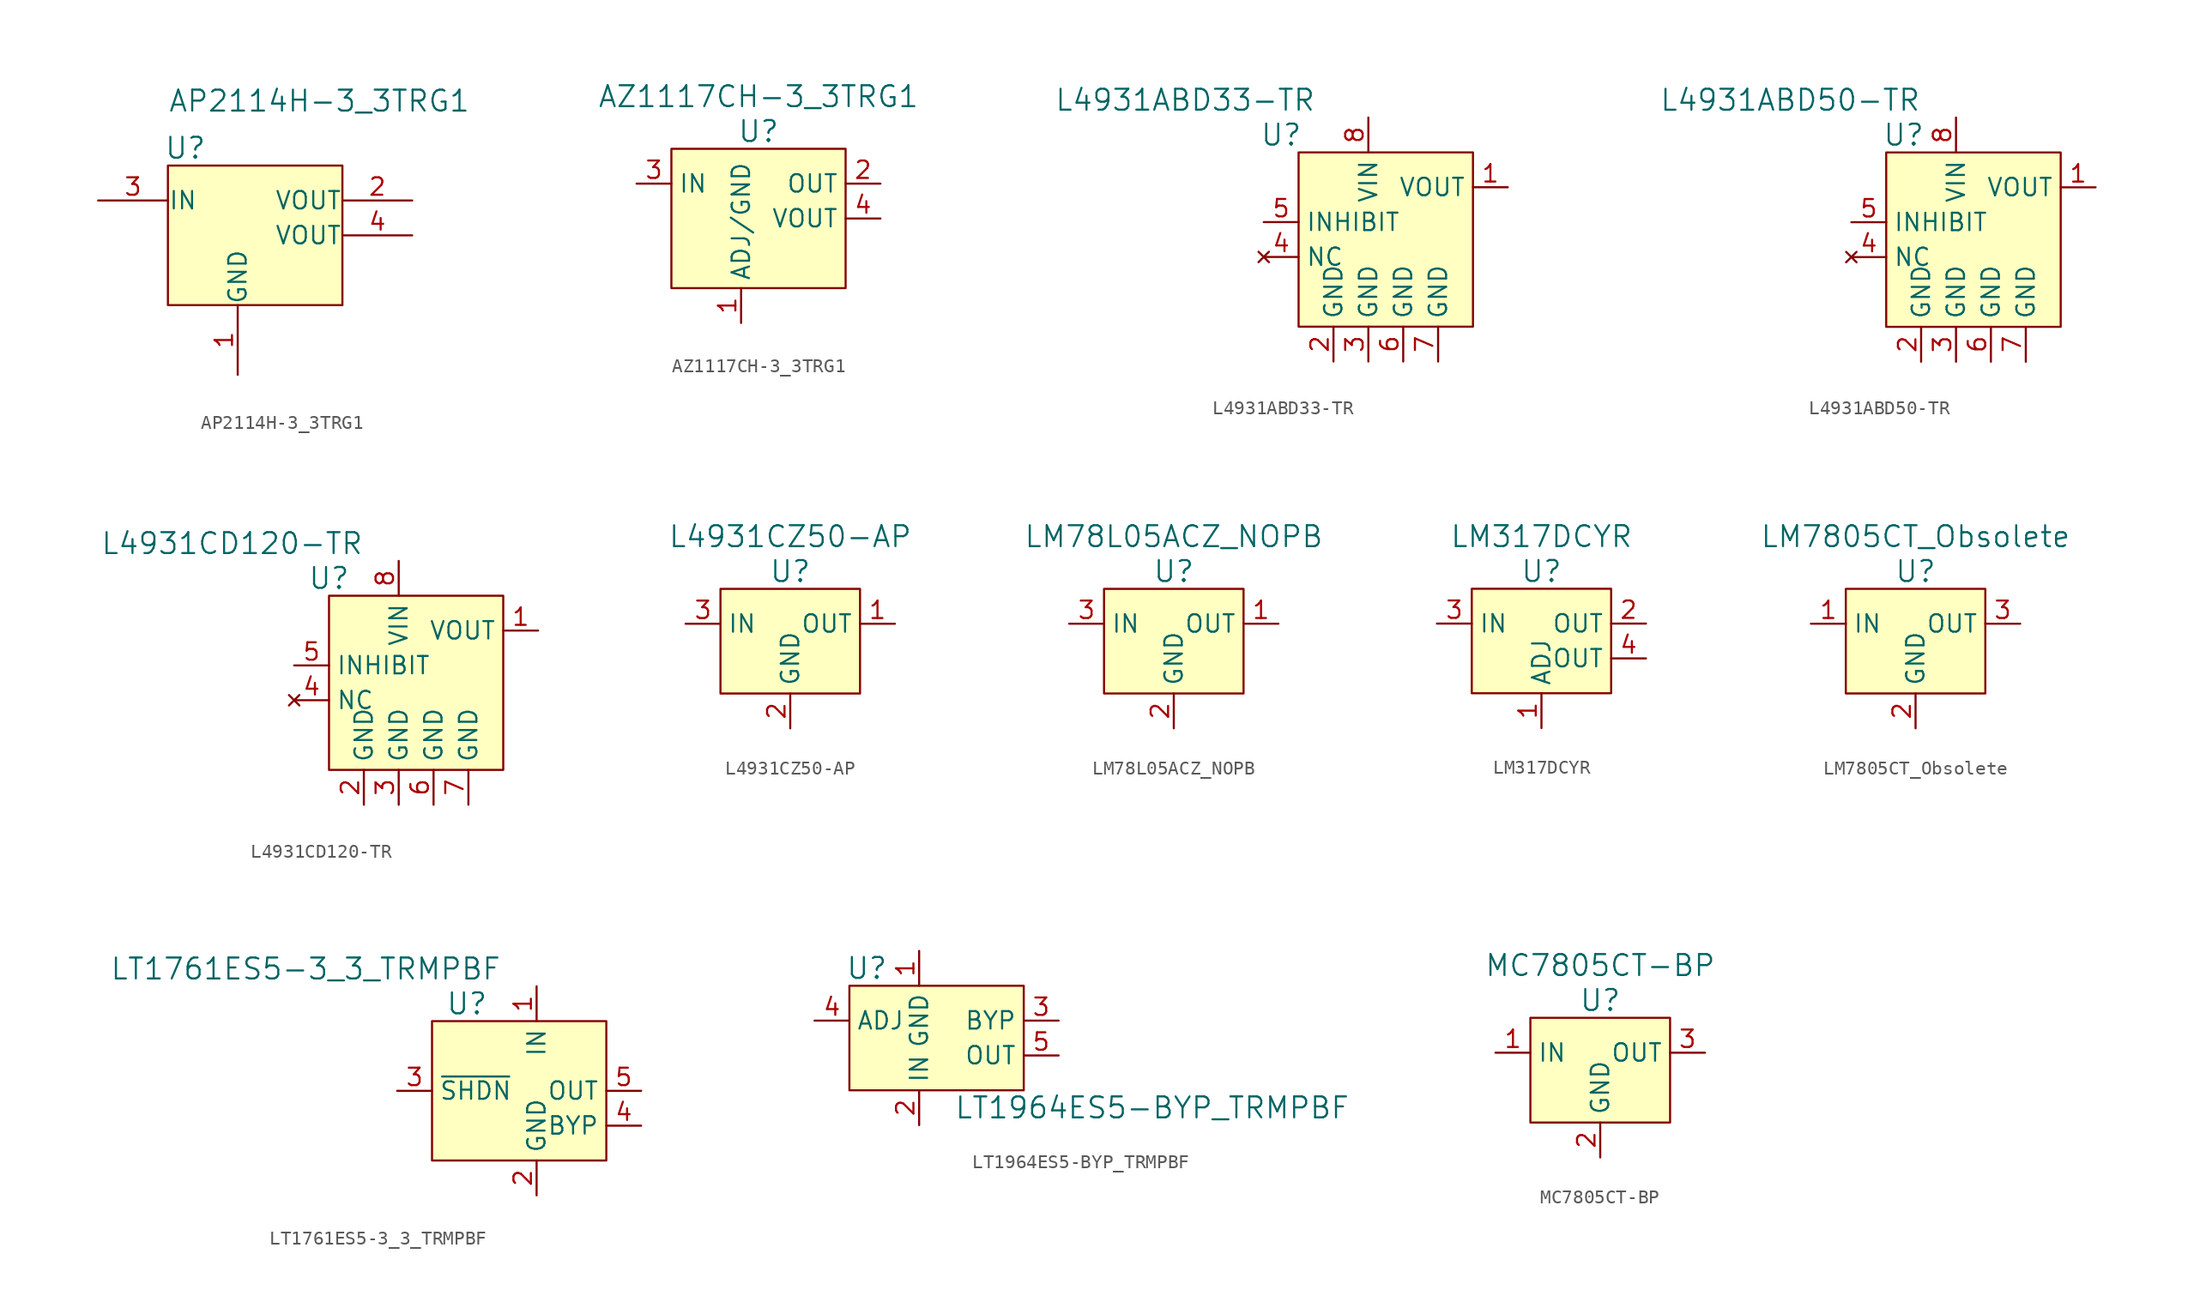
<source format=kicad_sym>
(kicad_symbol_lib
  (version 20211014)
  (generator kicad_symbol_editor)
  (symbol "AP2114H-3_3TRG1"
    (pin_names
      (offset 0.025))
    (property "Reference" "U"
      (at -6.35 3.81 0)
      (effects (font (size 1.524 1.524))))
    (property "Value" "AP2114H-3_3TRG1"
      (at -7.62 6.35 0)
      (effects (font (size 1.524 1.524)) (justify left bottom)))
    (symbol "AP2114H-3_3TRG1_0_1"
      (rectangle (start -7.62 2.54) (end 5.08 -7.62) (stroke (width 0) (type default) (color 0 0 0 0)) (fill (type background))))
    (symbol "AP2114H-3_3TRG1_1_1"
      (pin power_in line (at -2.54 -12.7 90) (length 5.08) (name "GND" (effects (font (size 1.27 1.27)))) (number "1" (effects (font (size 1.27 1.27)))))
      (pin output line (at 10.16 0 180) (length 5.08) (name "VOUT" (effects (font (size 1.27 1.27)))) (number "2" (effects (font (size 1.27 1.27)))))
      (pin input line (at -12.7 0 0) (length 5.08) (name "IN" (effects (font (size 1.27 1.27)))) (number "3" (effects (font (size 1.27 1.27)))))
      (pin power_out line (at 10.16 -2.54 180) (length 5.08) (name "VOUT" (effects (font (size 1.27 1.27)))) (number "4" (effects (font (size 1.27 1.27)))))))
  (symbol "AZ1117CH-3_3TRG1"
    (property "Reference" "U"
      (at 1.27 3.81 0)
      (effects (font (size 1.524 1.524))))
    (property "Value" "AZ1117CH-3_3TRG1"
      (at 1.27 6.35 0)
      (effects (font (size 1.524 1.524))))
    (symbol "AZ1117CH-3_3TRG1_0_1"
      (rectangle (start -5.08 2.54) (end 7.62 -7.62) (stroke (width 0) (type default) (color 0 0 0 0)) (fill (type background))))
    (symbol "AZ1117CH-3_3TRG1_1_1"
      (pin power_in line (at 0 -10.16 90) (length 2.54) (name "ADJ/GND" (effects (font (size 1.27 1.27)))) (number "1" (effects (font (size 1.27 1.27)))))
      (pin power_out line (at 10.16 0 180) (length 2.54) (name "OUT" (effects (font (size 1.27 1.27)))) (number "2" (effects (font (size 1.27 1.27)))))
      (pin power_in line (at -7.62 0 0) (length 2.54) (name "IN" (effects (font (size 1.27 1.27)))) (number "3" (effects (font (size 1.27 1.27)))))
      (pin power_out line (at 10.16 -2.54 180) (length 2.54) (name "VOUT" (effects (font (size 1.27 1.27)))) (number "4" (effects (font (size 1.27 1.27)))))))
  (symbol "L4931ABD33-TR"
    (property "Reference" "U"
      (at -6.35 6.35 0)
      (effects (font (size 1.524 1.524))))
    (property "Value" "L4931ABD33-TR"
      (at -3.81 8.89 0)
      (effects (font (size 1.524 1.524)) (justify right)))
    (symbol "L4931ABD33-TR_0_1"
      (rectangle (start -5.08 5.08) (end 7.62 -7.62) (stroke (width 0) (type default) (color 0 0 0 0)) (fill (type background))))
    (symbol "L4931ABD33-TR_1_1"
      (pin power_out line (at 10.16 2.54 180) (length 2.54) (name "VOUT" (effects (font (size 1.27 1.27)))) (number "1" (effects (font (size 1.27 1.27)))))
      (pin power_in line (at -2.54 -10.16 90) (length 2.54) (name "GND" (effects (font (size 1.27 1.27)))) (number "2" (effects (font (size 1.27 1.27)))))
      (pin power_in line (at 0 -10.16 90) (length 2.54) (name "GND" (effects (font (size 1.27 1.27)))) (number "3" (effects (font (size 1.27 1.27)))))
      (pin no_connect line (at -7.62 -2.54 0) (length 2.54) (name "NC" (effects (font (size 1.27 1.27)))) (number "4" (effects (font (size 1.27 1.27)))))
      (pin input line (at -7.62 0 0) (length 2.54) (name "INHIBIT" (effects (font (size 1.27 1.27)))) (number "5" (effects (font (size 1.27 1.27)))))
      (pin power_in line (at 2.54 -10.16 90) (length 2.54) (name "GND" (effects (font (size 1.27 1.27)))) (number "6" (effects (font (size 1.27 1.27)))))
      (pin power_in line (at 5.08 -10.16 90) (length 2.54) (name "GND" (effects (font (size 1.27 1.27)))) (number "7" (effects (font (size 1.27 1.27)))))
      (pin power_in line (at 0 7.62 270) (length 2.54) (name "VIN" (effects (font (size 1.27 1.27)))) (number "8" (effects (font (size 1.27 1.27)))))))
  (symbol "L4931ABD50-TR"
    (property "Reference" "U"
      (at -6.35 6.35 0)
      (effects (font (size 1.524 1.524))))
    (property "Value" "L4931ABD50-TR"
      (at -5.08 8.89 0)
      (effects (font (size 1.524 1.524)) (justify right)))
    (symbol "L4931ABD50-TR_0_1"
      (rectangle (start -7.62 5.08) (end 5.08 -7.62) (stroke (width 0) (type default) (color 0 0 0 0)) (fill (type background))))
    (symbol "L4931ABD50-TR_1_1"
      (pin power_out line (at 7.62 2.54 180) (length 2.54) (name "VOUT" (effects (font (size 1.27 1.27)))) (number "1" (effects (font (size 1.27 1.27)))))
      (pin power_in line (at -5.08 -10.16 90) (length 2.54) (name "GND" (effects (font (size 1.27 1.27)))) (number "2" (effects (font (size 1.27 1.27)))))
      (pin power_in line (at -2.54 -10.16 90) (length 2.54) (name "GND" (effects (font (size 1.27 1.27)))) (number "3" (effects (font (size 1.27 1.27)))))
      (pin no_connect line (at -10.16 -2.54 0) (length 2.54) (name "NC" (effects (font (size 1.27 1.27)))) (number "4" (effects (font (size 1.27 1.27)))))
      (pin input line (at -10.16 0 0) (length 2.54) (name "INHIBIT" (effects (font (size 1.27 1.27)))) (number "5" (effects (font (size 1.27 1.27)))))
      (pin power_in line (at 0 -10.16 90) (length 2.54) (name "GND" (effects (font (size 1.27 1.27)))) (number "6" (effects (font (size 1.27 1.27)))))
      (pin power_in line (at 2.54 -10.16 90) (length 2.54) (name "GND" (effects (font (size 1.27 1.27)))) (number "7" (effects (font (size 1.27 1.27)))))
      (pin power_in line (at -2.54 7.62 270) (length 2.54) (name "VIN" (effects (font (size 1.27 1.27)))) (number "8" (effects (font (size 1.27 1.27)))))))
  (symbol "L4931CD120-TR"
    (property "Reference" "U"
      (at -5.08 6.35 0)
      (effects (font (size 1.524 1.524))))
    (property "Value" "L4931CD120-TR"
      (at -2.54 8.89 0)
      (effects (font (size 1.524 1.524)) (justify right)))
    (symbol "L4931CD120-TR_0_1"
      (rectangle (start -5.08 5.08) (end 7.62 -7.62) (stroke (width 0) (type default) (color 0 0 0 0)) (fill (type background))))
    (symbol "L4931CD120-TR_1_1"
      (pin power_out line (at 10.16 2.54 180) (length 2.54) (name "VOUT" (effects (font (size 1.27 1.27)))) (number "1" (effects (font (size 1.27 1.27)))))
      (pin power_in line (at -2.54 -10.16 90) (length 2.54) (name "GND" (effects (font (size 1.27 1.27)))) (number "2" (effects (font (size 1.27 1.27)))))
      (pin power_in line (at 0 -10.16 90) (length 2.54) (name "GND" (effects (font (size 1.27 1.27)))) (number "3" (effects (font (size 1.27 1.27)))))
      (pin no_connect line (at -7.62 -2.54 0) (length 2.54) (name "NC" (effects (font (size 1.27 1.27)))) (number "4" (effects (font (size 1.27 1.27)))))
      (pin input line (at -7.62 0 0) (length 2.54) (name "INHIBIT" (effects (font (size 1.27 1.27)))) (number "5" (effects (font (size 1.27 1.27)))))
      (pin power_in line (at 2.54 -10.16 90) (length 2.54) (name "GND" (effects (font (size 1.27 1.27)))) (number "6" (effects (font (size 1.27 1.27)))))
      (pin power_in line (at 5.08 -10.16 90) (length 2.54) (name "GND" (effects (font (size 1.27 1.27)))) (number "7" (effects (font (size 1.27 1.27)))))
      (pin power_in line (at 0 7.62 270) (length 2.54) (name "VIN" (effects (font (size 1.27 1.27)))) (number "8" (effects (font (size 1.27 1.27)))))))
  (symbol "L4931CZ50-AP"
    (property "Reference" "U"
      (at 0 3.81 0)
      (effects (font (size 1.524 1.524))))
    (property "Value" "L4931CZ50-AP"
      (at 0 6.35 0)
      (effects (font (size 1.524 1.524))))
    (symbol "L4931CZ50-AP_0_1"
      (rectangle (start -5.08 2.54) (end 5.08 -5.08) (stroke (width 0) (type default) (color 0 0 0 0)) (fill (type background))))
    (symbol "L4931CZ50-AP_1_1"
      (pin power_out line (at 7.62 0 180) (length 2.54) (name "OUT" (effects (font (size 1.27 1.27)))) (number "1" (effects (font (size 1.27 1.27)))))
      (pin power_in line (at 0 -7.62 90) (length 2.54) (name "GND" (effects (font (size 1.27 1.27)))) (number "2" (effects (font (size 1.27 1.27)))))
      (pin power_in line (at -7.62 0 0) (length 2.54) (name "IN" (effects (font (size 1.27 1.27)))) (number "3" (effects (font (size 1.27 1.27)))))))
  (symbol "LM78L05ACZ_NOPB"
    (property "Reference" "U"
      (at 0 3.81 0)
      (effects (font (size 1.524 1.524))))
    (property "Value" "LM78L05ACZ_NOPB"
      (at 0 6.35 0)
      (effects (font (size 1.524 1.524))))
    (symbol "LM78L05ACZ_NOPB_0_1"
      (rectangle (start -5.08 2.54) (end 5.08 -5.08) (stroke (width 0) (type default) (color 0 0 0 0)) (fill (type background))))
    (symbol "LM78L05ACZ_NOPB_1_1"
      (pin power_out line (at 7.62 0 180) (length 2.54) (name "OUT" (effects (font (size 1.27 1.27)))) (number "1" (effects (font (size 1.27 1.27)))))
      (pin power_in line (at 0 -7.62 90) (length 2.54) (name "GND" (effects (font (size 1.27 1.27)))) (number "2" (effects (font (size 1.27 1.27)))))
      (pin power_in line (at -7.62 0 0) (length 2.54) (name "IN" (effects (font (size 1.27 1.27)))) (number "3" (effects (font (size 1.27 1.27)))))))
  (symbol "LM317DCYR"
    (property "Reference" "U"
      (at 0 3.81 0)
      (effects (font (size 1.524 1.524))))
    (property "Value" "LM317DCYR"
      (at 0 6.35 0)
      (effects (font (size 1.524 1.524))))
    (symbol "LM317DCYR_0_1"
      (rectangle (start -5.08 2.54) (end 5.08 -5.08) (stroke (width 0) (type default) (color 0 0 0 0)) (fill (type background))))
    (symbol "LM317DCYR_1_1"
      (pin input line (at 0 -7.62 90) (length 2.54) (name "ADJ" (effects (font (size 1.27 1.27)))) (number "1" (effects (font (size 1.27 1.27)))))
      (pin power_out line (at 7.62 0 180) (length 2.54) (name "OUT" (effects (font (size 1.27 1.27)))) (number "2" (effects (font (size 1.27 1.27)))))
      (pin power_in line (at -7.62 0 0) (length 2.54) (name "IN" (effects (font (size 1.27 1.27)))) (number "3" (effects (font (size 1.27 1.27)))))
      (pin power_out line (at 7.62 -2.54 180) (length 2.54) (name "OUT" (effects (font (size 1.27 1.27)))) (number "4" (effects (font (size 1.27 1.27)))))))
  (symbol "LM7805CT_Obsolete"
    (property "Reference" "U"
      (at 0 3.81 0)
      (effects (font (size 1.524 1.524))))
    (property "Value" "LM7805CT_Obsolete"
      (at 0 6.35 0)
      (effects (font (size 1.524 1.524))))
    (symbol "LM7805CT_Obsolete_0_1"
      (rectangle (start -5.08 2.54) (end 5.08 -5.08) (stroke (width 0) (type default) (color 0 0 0 0)) (fill (type background))))
    (symbol "LM7805CT_Obsolete_1_1"
      (pin power_in line (at -7.62 0 0) (length 2.54) (name "IN" (effects (font (size 1.27 1.27)))) (number "1" (effects (font (size 1.27 1.27)))))
      (pin power_in line (at 0 -7.62 90) (length 2.54) (name "GND" (effects (font (size 1.27 1.27)))) (number "2" (effects (font (size 1.27 1.27)))))
      (pin power_out line (at 7.62 0 180) (length 2.54) (name "OUT" (effects (font (size 1.27 1.27)))) (number "3" (effects (font (size 1.27 1.27)))))))
  (symbol "LT1761ES5-3_3_TRMPBF"
    (property "Reference" "U"
      (at -5.08 6.35 0)
      (effects (font (size 1.524 1.524))))
    (property "Value" "LT1761ES5-3_3_TRMPBF"
      (at -2.54 8.89 0)
      (effects (font (size 1.524 1.524)) (justify right)))
    (symbol "LT1761ES5-3_3_TRMPBF_0_1"
      (rectangle (start -7.62 5.08) (end 5.08 -5.08) (stroke (width 0) (type default) (color 0 0 0 0)) (fill (type background))))
    (symbol "LT1761ES5-3_3_TRMPBF_1_1"
      (pin power_in line (at 0 7.62 270) (length 2.54) (name "IN" (effects (font (size 1.27 1.27)))) (number "1" (effects (font (size 1.27 1.27)))))
      (pin power_in line (at 0 -7.62 90) (length 2.54) (name "GND" (effects (font (size 1.27 1.27)))) (number "2" (effects (font (size 1.27 1.27)))))
      (pin input line (at -10.16 0 0) (length 2.54) (name "~{SHDN}" (effects (font (size 1.27 1.27)))) (number "3" (effects (font (size 1.27 1.27)))))
      (pin passive line (at 7.62 -2.54 180) (length 2.54) (name "BYP" (effects (font (size 1.27 1.27)))) (number "4" (effects (font (size 1.27 1.27)))))
      (pin power_out line (at 7.62 0 180) (length 2.54) (name "OUT" (effects (font (size 1.27 1.27)))) (number "5" (effects (font (size 1.27 1.27)))))))
  (symbol "LT1964ES5-BYP_TRMPBF"
    (property "Reference" "U"
      (at -3.81 3.81 0)
      (effects (font (size 1.524 1.524))))
    (property "Value" "LT1964ES5-BYP_TRMPBF"
      (at 2.54 -6.35 0)
      (effects (font (size 1.524 1.524)) (justify left)))
    (symbol "LT1964ES5-BYP_TRMPBF_0_1"
      (rectangle (start -5.08 2.54) (end 7.62 -5.08) (stroke (width 0) (type default) (color 0 0 0 0)) (fill (type background))))
    (symbol "LT1964ES5-BYP_TRMPBF_1_1"
      (pin power_in line (at 0 5.08 270) (length 2.54) (name "GND" (effects (font (size 1.27 1.27)))) (number "1" (effects (font (size 1.27 1.27)))))
      (pin power_in line (at 0 -7.62 90) (length 2.54) (name "IN" (effects (font (size 1.27 1.27)))) (number "2" (effects (font (size 1.27 1.27)))))
      (pin passive line (at 10.16 0 180) (length 2.54) (name "BYP" (effects (font (size 1.27 1.27)))) (number "3" (effects (font (size 1.27 1.27)))))
      (pin input line (at -7.62 0 0) (length 2.54) (name "ADJ" (effects (font (size 1.27 1.27)))) (number "4" (effects (font (size 1.27 1.27)))))
      (pin output line (at 10.16 -2.54 180) (length 2.54) (name "OUT" (effects (font (size 1.27 1.27)))) (number "5" (effects (font (size 1.27 1.27)))))))
  (symbol "MC7805CT-BP"
    (property "Reference" "U"
      (at 0 3.81 0)
      (effects (font (size 1.524 1.524))))
    (property "Value" "MC7805CT-BP"
      (at 0 6.35 0)
      (effects (font (size 1.524 1.524))))
    (symbol "MC7805CT-BP_0_1"
      (rectangle (start -5.08 2.54) (end 5.08 -5.08) (stroke (width 0) (type default) (color 0 0 0 0)) (fill (type background))))
    (symbol "MC7805CT-BP_1_1"
      (pin power_in line (at -7.62 0 0) (length 2.54) (name "IN" (effects (font (size 1.27 1.27)))) (number "1" (effects (font (size 1.27 1.27)))))
      (pin power_in line (at 0 -7.62 90) (length 2.54) (name "GND" (effects (font (size 1.27 1.27)))) (number "2" (effects (font (size 1.27 1.27)))))
      (pin power_out line (at 7.62 0 180) (length 2.54) (name "OUT" (effects (font (size 1.27 1.27)))) (number "3" (effects (font (size 1.27 1.27))))))))
</source>
